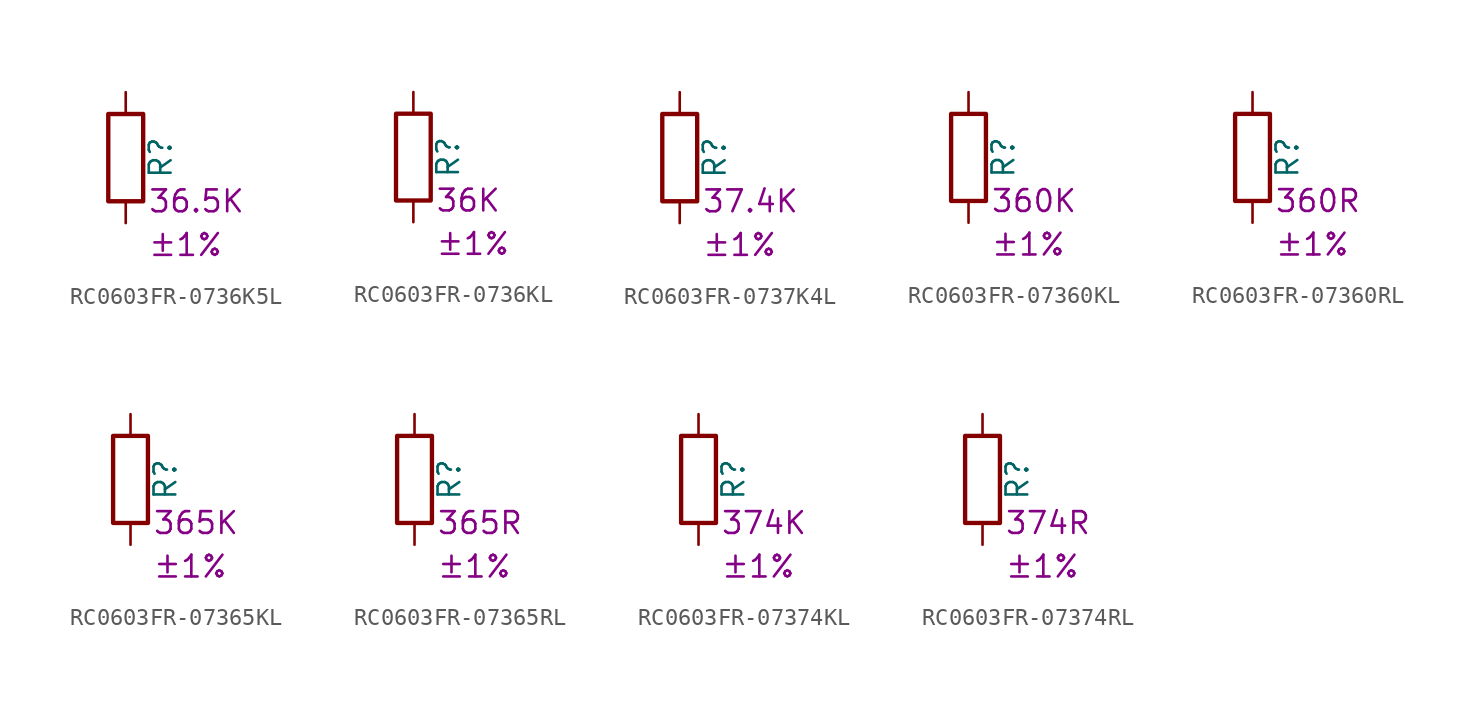
<source format=kicad_sym>
(kicad_symbol_lib
  (version 20220914)
  (generator kicad_symbol_editor)
  (symbol "RC0603FR-0736K5L"
    (pin_numbers hide)
    (pin_names
      (offset 0))
    (property "Reference" "R"
      (at 2.032 0 90)
      (effects (font (size 1.27 1.27))))
    (property "Resistance" "36.5K"
      (at 1.27 -2.54 0)
      (effects (font (size 1.27 1.27)) (justify left)))
    (property "Tolerance" "±1%"
      (at 1.27 -5.08 0)
      (effects (font (size 1.27 1.27)) (justify left)))
    (symbol "RC0603FR-0736K5L_0_1"
      (rectangle (start -1.016 -2.54) (end 1.016 2.54) (stroke (width 0.254) (type default)) (fill (type none))))
    (symbol "RC0603FR-0736K5L_1_1"
      (pin passive line (at 0 3.81 270) (length 1.27) (name "~" (effects (font (size 1.27 1.27)))) (number "1" (effects (font (size 1.27 1.27)))))
      (pin passive line (at 0 -3.81 90) (length 1.27) (name "~" (effects (font (size 1.27 1.27)))) (number "2" (effects (font (size 1.27 1.27)))))))
  (symbol "RC0603FR-0736KL"
    (pin_numbers hide)
    (pin_names
      (offset 0))
    (property "Reference" "R"
      (at 2.032 0 90)
      (effects (font (size 1.27 1.27))))
    (property "Resistance" "36K"
      (at 1.27 -2.54 0)
      (effects (font (size 1.27 1.27)) (justify left)))
    (property "Tolerance" "±1%"
      (at 1.27 -5.08 0)
      (effects (font (size 1.27 1.27)) (justify left)))
    (symbol "RC0603FR-0736KL_0_1"
      (rectangle (start -1.016 -2.54) (end 1.016 2.54) (stroke (width 0.254) (type default)) (fill (type none))))
    (symbol "RC0603FR-0736KL_1_1"
      (pin passive line (at 0 3.81 270) (length 1.27) (name "~" (effects (font (size 1.27 1.27)))) (number "1" (effects (font (size 1.27 1.27)))))
      (pin passive line (at 0 -3.81 90) (length 1.27) (name "~" (effects (font (size 1.27 1.27)))) (number "2" (effects (font (size 1.27 1.27)))))))
  (symbol "RC0603FR-0737K4L"
    (pin_numbers hide)
    (pin_names
      (offset 0))
    (property "Reference" "R"
      (at 2.032 0 90)
      (effects (font (size 1.27 1.27))))
    (property "Resistance" "37.4K"
      (at 1.27 -2.54 0)
      (effects (font (size 1.27 1.27)) (justify left)))
    (property "Tolerance" "±1%"
      (at 1.27 -5.08 0)
      (effects (font (size 1.27 1.27)) (justify left)))
    (symbol "RC0603FR-0737K4L_0_1"
      (rectangle (start -1.016 -2.54) (end 1.016 2.54) (stroke (width 0.254) (type default)) (fill (type none))))
    (symbol "RC0603FR-0737K4L_1_1"
      (pin passive line (at 0 3.81 270) (length 1.27) (name "~" (effects (font (size 1.27 1.27)))) (number "1" (effects (font (size 1.27 1.27)))))
      (pin passive line (at 0 -3.81 90) (length 1.27) (name "~" (effects (font (size 1.27 1.27)))) (number "2" (effects (font (size 1.27 1.27)))))))
  (symbol "RC0603FR-07360KL"
    (pin_numbers hide)
    (pin_names
      (offset 0))
    (property "Reference" "R"
      (at 2.032 0 90)
      (effects (font (size 1.27 1.27))))
    (property "Resistance" "360K"
      (at 1.27 -2.54 0)
      (effects (font (size 1.27 1.27)) (justify left)))
    (property "Tolerance" "±1%"
      (at 1.27 -5.08 0)
      (effects (font (size 1.27 1.27)) (justify left)))
    (symbol "RC0603FR-07360KL_0_1"
      (rectangle (start -1.016 -2.54) (end 1.016 2.54) (stroke (width 0.254) (type default)) (fill (type none))))
    (symbol "RC0603FR-07360KL_1_1"
      (pin passive line (at 0 3.81 270) (length 1.27) (name "~" (effects (font (size 1.27 1.27)))) (number "1" (effects (font (size 1.27 1.27)))))
      (pin passive line (at 0 -3.81 90) (length 1.27) (name "~" (effects (font (size 1.27 1.27)))) (number "2" (effects (font (size 1.27 1.27)))))))
  (symbol "RC0603FR-07360RL"
    (pin_numbers hide)
    (pin_names
      (offset 0))
    (property "Reference" "R"
      (at 2.032 0 90)
      (effects (font (size 1.27 1.27))))
    (property "Resistance" "360R"
      (at 1.27 -2.54 0)
      (effects (font (size 1.27 1.27)) (justify left)))
    (property "Tolerance" "±1%"
      (at 1.27 -5.08 0)
      (effects (font (size 1.27 1.27)) (justify left)))
    (symbol "RC0603FR-07360RL_0_1"
      (rectangle (start -1.016 -2.54) (end 1.016 2.54) (stroke (width 0.254) (type default)) (fill (type none))))
    (symbol "RC0603FR-07360RL_1_1"
      (pin passive line (at 0 3.81 270) (length 1.27) (name "~" (effects (font (size 1.27 1.27)))) (number "1" (effects (font (size 1.27 1.27)))))
      (pin passive line (at 0 -3.81 90) (length 1.27) (name "~" (effects (font (size 1.27 1.27)))) (number "2" (effects (font (size 1.27 1.27)))))))
  (symbol "RC0603FR-07365KL"
    (pin_numbers hide)
    (pin_names
      (offset 0))
    (property "Reference" "R"
      (at 2.032 0 90)
      (effects (font (size 1.27 1.27))))
    (property "Resistance" "365K"
      (at 1.27 -2.54 0)
      (effects (font (size 1.27 1.27)) (justify left)))
    (property "Tolerance" "±1%"
      (at 1.27 -5.08 0)
      (effects (font (size 1.27 1.27)) (justify left)))
    (symbol "RC0603FR-07365KL_0_1"
      (rectangle (start -1.016 -2.54) (end 1.016 2.54) (stroke (width 0.254) (type default)) (fill (type none))))
    (symbol "RC0603FR-07365KL_1_1"
      (pin passive line (at 0 3.81 270) (length 1.27) (name "~" (effects (font (size 1.27 1.27)))) (number "1" (effects (font (size 1.27 1.27)))))
      (pin passive line (at 0 -3.81 90) (length 1.27) (name "~" (effects (font (size 1.27 1.27)))) (number "2" (effects (font (size 1.27 1.27)))))))
  (symbol "RC0603FR-07365RL"
    (pin_numbers hide)
    (pin_names
      (offset 0))
    (property "Reference" "R"
      (at 2.032 0 90)
      (effects (font (size 1.27 1.27))))
    (property "Resistance" "365R"
      (at 1.27 -2.54 0)
      (effects (font (size 1.27 1.27)) (justify left)))
    (property "Tolerance" "±1%"
      (at 1.27 -5.08 0)
      (effects (font (size 1.27 1.27)) (justify left)))
    (symbol "RC0603FR-07365RL_0_1"
      (rectangle (start -1.016 -2.54) (end 1.016 2.54) (stroke (width 0.254) (type default)) (fill (type none))))
    (symbol "RC0603FR-07365RL_1_1"
      (pin passive line (at 0 3.81 270) (length 1.27) (name "~" (effects (font (size 1.27 1.27)))) (number "1" (effects (font (size 1.27 1.27)))))
      (pin passive line (at 0 -3.81 90) (length 1.27) (name "~" (effects (font (size 1.27 1.27)))) (number "2" (effects (font (size 1.27 1.27)))))))
  (symbol "RC0603FR-07374KL"
    (pin_numbers hide)
    (pin_names
      (offset 0))
    (property "Reference" "R"
      (at 2.032 0 90)
      (effects (font (size 1.27 1.27))))
    (property "Resistance" "374K"
      (at 1.27 -2.54 0)
      (effects (font (size 1.27 1.27)) (justify left)))
    (property "Tolerance" "±1%"
      (at 1.27 -5.08 0)
      (effects (font (size 1.27 1.27)) (justify left)))
    (symbol "RC0603FR-07374KL_0_1"
      (rectangle (start -1.016 -2.54) (end 1.016 2.54) (stroke (width 0.254) (type default)) (fill (type none))))
    (symbol "RC0603FR-07374KL_1_1"
      (pin passive line (at 0 3.81 270) (length 1.27) (name "~" (effects (font (size 1.27 1.27)))) (number "1" (effects (font (size 1.27 1.27)))))
      (pin passive line (at 0 -3.81 90) (length 1.27) (name "~" (effects (font (size 1.27 1.27)))) (number "2" (effects (font (size 1.27 1.27)))))))
  (symbol "RC0603FR-07374RL"
    (pin_numbers hide)
    (pin_names
      (offset 0))
    (property "Reference" "R"
      (at 2.032 0 90)
      (effects (font (size 1.27 1.27))))
    (property "Resistance" "374R"
      (at 1.27 -2.54 0)
      (effects (font (size 1.27 1.27)) (justify left)))
    (property "Tolerance" "±1%"
      (at 1.27 -5.08 0)
      (effects (font (size 1.27 1.27)) (justify left)))
    (symbol "RC0603FR-07374RL_0_1"
      (rectangle (start -1.016 -2.54) (end 1.016 2.54) (stroke (width 0.254) (type default)) (fill (type none))))
    (symbol "RC0603FR-07374RL_1_1"
      (pin passive line (at 0 3.81 270) (length 1.27) (name "~" (effects (font (size 1.27 1.27)))) (number "1" (effects (font (size 1.27 1.27)))))
      (pin passive line (at 0 -3.81 90) (length 1.27) (name "~" (effects (font (size 1.27 1.27)))) (number "2" (effects (font (size 1.27 1.27))))))))
</source>
